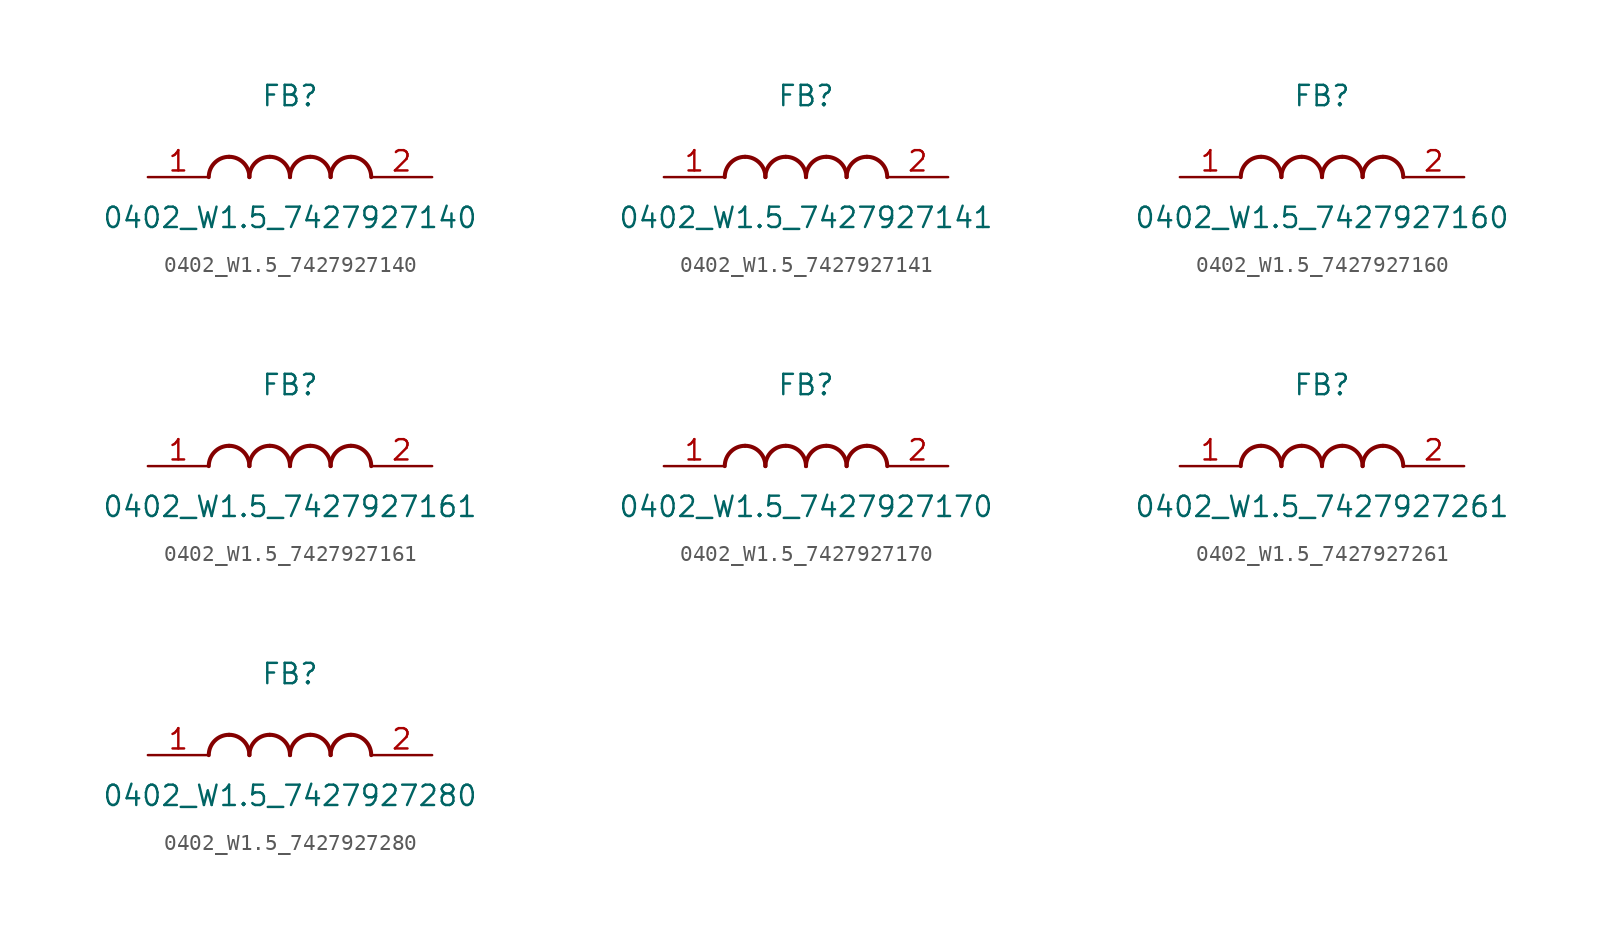
<source format=kicad_sym>
(kicad_symbol_lib
  (version 20211014)
  (generator kicad_symbol_editor)
  (symbol "Ferrite_Wurth_WE-CBF:0402_W1.5_7427927140"
    (pin_names hide)
    (property "Reference" "FB"
      (at 0 5.08 0)
      (effects (font (size 1.27 1.27))))
    (property "Value" "0402_W1.5_7427927140"
      (at 0 -2.54 0)
      (effects (font (size 1.27 1.27))))
    (symbol "0402_W1.5_7427927140_0_1"
      (arc (start -3.81 1.27) (mid -4.708 0.898) (end -5.08 0) (stroke (width 0.254) (type default)) (fill (type none)))
      (arc (start -2.54 0) (mid -2.912 0.898) (end -3.81 1.27) (stroke (width 0.254) (type default)) (fill (type none)))
      (arc (start -1.2699 1.2701) (mid -2.1679 0.8981) (end -2.5399 0.0001) (stroke (width 0.254) (type default)) (fill (type none)))
      (arc (start 0.0001 0.0001) (mid -0.3719 0.8981) (end -1.2699 1.2701) (stroke (width 0.254) (type default)) (fill (type none)))
      (arc (start 1.2701 1.2701) (mid 0.3721 0.8981) (end 0.0001 0.0001) (stroke (width 0.254) (type default)) (fill (type none)))
      (arc (start 2.5401 0.0001) (mid 2.1681 0.8981) (end 1.2701 1.2701) (stroke (width 0.254) (type default)) (fill (type none)))
      (arc (start 3.8101 1.2701) (mid 2.9121 0.8981) (end 2.5401 0.0001) (stroke (width 0.254) (type default)) (fill (type none)))
      (arc (start 5.0801 0.0001) (mid 4.7081 0.8981) (end 3.8101 1.2701) (stroke (width 0.254) (type default)) (fill (type none))))
    (symbol "0402_W1.5_7427927140_1_1"
      (pin passive line (at -8.89 0 0) (length 3.81) (name "1" (effects (font (size 1.27 1.27)))) (number "1" (effects (font (size 1.27 1.27)))))
      (pin passive line (at 8.89 0 180) (length 3.81) (name "2" (effects (font (size 1.27 1.27)))) (number "2" (effects (font (size 1.27 1.27)))))))
  (symbol "Ferrite_Wurth_WE-CBF:0402_W1.5_7427927141"
    (pin_names hide)
    (property "Reference" "FB"
      (at 0 5.08 0)
      (effects (font (size 1.27 1.27))))
    (property "Value" "0402_W1.5_7427927141"
      (at 0 -2.54 0)
      (effects (font (size 1.27 1.27))))
    (symbol "0402_W1.5_7427927141_0_1"
      (arc (start -3.81 1.27) (mid -4.708 0.898) (end -5.08 0) (stroke (width 0.254) (type default)) (fill (type none)))
      (arc (start -2.54 0) (mid -2.912 0.898) (end -3.81 1.27) (stroke (width 0.254) (type default)) (fill (type none)))
      (arc (start -1.2699 1.2701) (mid -2.1679 0.8981) (end -2.5399 0.0001) (stroke (width 0.254) (type default)) (fill (type none)))
      (arc (start 0.0001 0.0001) (mid -0.3719 0.8981) (end -1.2699 1.2701) (stroke (width 0.254) (type default)) (fill (type none)))
      (arc (start 1.2701 1.2701) (mid 0.3721 0.8981) (end 0.0001 0.0001) (stroke (width 0.254) (type default)) (fill (type none)))
      (arc (start 2.5401 0.0001) (mid 2.1681 0.8981) (end 1.2701 1.2701) (stroke (width 0.254) (type default)) (fill (type none)))
      (arc (start 3.8101 1.2701) (mid 2.9121 0.8981) (end 2.5401 0.0001) (stroke (width 0.254) (type default)) (fill (type none)))
      (arc (start 5.0801 0.0001) (mid 4.7081 0.8981) (end 3.8101 1.2701) (stroke (width 0.254) (type default)) (fill (type none))))
    (symbol "0402_W1.5_7427927141_1_1"
      (pin passive line (at -8.89 0 0) (length 3.81) (name "1" (effects (font (size 1.27 1.27)))) (number "1" (effects (font (size 1.27 1.27)))))
      (pin passive line (at 8.89 0 180) (length 3.81) (name "2" (effects (font (size 1.27 1.27)))) (number "2" (effects (font (size 1.27 1.27)))))))
  (symbol "Ferrite_Wurth_WE-CBF:0402_W1.5_7427927160"
    (pin_names hide)
    (property "Reference" "FB"
      (at 0 5.08 0)
      (effects (font (size 1.27 1.27))))
    (property "Value" "0402_W1.5_7427927160"
      (at 0 -2.54 0)
      (effects (font (size 1.27 1.27))))
    (symbol "0402_W1.5_7427927160_0_1"
      (arc (start -3.81 1.27) (mid -4.708 0.898) (end -5.08 0) (stroke (width 0.254) (type default)) (fill (type none)))
      (arc (start -2.54 0) (mid -2.912 0.898) (end -3.81 1.27) (stroke (width 0.254) (type default)) (fill (type none)))
      (arc (start -1.2699 1.2701) (mid -2.1679 0.8981) (end -2.5399 0.0001) (stroke (width 0.254) (type default)) (fill (type none)))
      (arc (start 0.0001 0.0001) (mid -0.3719 0.8981) (end -1.2699 1.2701) (stroke (width 0.254) (type default)) (fill (type none)))
      (arc (start 1.2701 1.2701) (mid 0.3721 0.8981) (end 0.0001 0.0001) (stroke (width 0.254) (type default)) (fill (type none)))
      (arc (start 2.5401 0.0001) (mid 2.1681 0.8981) (end 1.2701 1.2701) (stroke (width 0.254) (type default)) (fill (type none)))
      (arc (start 3.8101 1.2701) (mid 2.9121 0.8981) (end 2.5401 0.0001) (stroke (width 0.254) (type default)) (fill (type none)))
      (arc (start 5.0801 0.0001) (mid 4.7081 0.8981) (end 3.8101 1.2701) (stroke (width 0.254) (type default)) (fill (type none))))
    (symbol "0402_W1.5_7427927160_1_1"
      (pin passive line (at -8.89 0 0) (length 3.81) (name "1" (effects (font (size 1.27 1.27)))) (number "1" (effects (font (size 1.27 1.27)))))
      (pin passive line (at 8.89 0 180) (length 3.81) (name "2" (effects (font (size 1.27 1.27)))) (number "2" (effects (font (size 1.27 1.27)))))))
  (symbol "Ferrite_Wurth_WE-CBF:0402_W1.5_7427927161"
    (pin_names hide)
    (property "Reference" "FB"
      (at 0 5.08 0)
      (effects (font (size 1.27 1.27))))
    (property "Value" "0402_W1.5_7427927161"
      (at 0 -2.54 0)
      (effects (font (size 1.27 1.27))))
    (symbol "0402_W1.5_7427927161_0_1"
      (arc (start -3.81 1.27) (mid -4.708 0.898) (end -5.08 0) (stroke (width 0.254) (type default)) (fill (type none)))
      (arc (start -2.54 0) (mid -2.912 0.898) (end -3.81 1.27) (stroke (width 0.254) (type default)) (fill (type none)))
      (arc (start -1.2699 1.2701) (mid -2.1679 0.8981) (end -2.5399 0.0001) (stroke (width 0.254) (type default)) (fill (type none)))
      (arc (start 0.0001 0.0001) (mid -0.3719 0.8981) (end -1.2699 1.2701) (stroke (width 0.254) (type default)) (fill (type none)))
      (arc (start 1.2701 1.2701) (mid 0.3721 0.8981) (end 0.0001 0.0001) (stroke (width 0.254) (type default)) (fill (type none)))
      (arc (start 2.5401 0.0001) (mid 2.1681 0.8981) (end 1.2701 1.2701) (stroke (width 0.254) (type default)) (fill (type none)))
      (arc (start 3.8101 1.2701) (mid 2.9121 0.8981) (end 2.5401 0.0001) (stroke (width 0.254) (type default)) (fill (type none)))
      (arc (start 5.0801 0.0001) (mid 4.7081 0.8981) (end 3.8101 1.2701) (stroke (width 0.254) (type default)) (fill (type none))))
    (symbol "0402_W1.5_7427927161_1_1"
      (pin passive line (at -8.89 0 0) (length 3.81) (name "1" (effects (font (size 1.27 1.27)))) (number "1" (effects (font (size 1.27 1.27)))))
      (pin passive line (at 8.89 0 180) (length 3.81) (name "2" (effects (font (size 1.27 1.27)))) (number "2" (effects (font (size 1.27 1.27)))))))
  (symbol "Ferrite_Wurth_WE-CBF:0402_W1.5_7427927170"
    (pin_names hide)
    (property "Reference" "FB"
      (at 0 5.08 0)
      (effects (font (size 1.27 1.27))))
    (property "Value" "0402_W1.5_7427927170"
      (at 0 -2.54 0)
      (effects (font (size 1.27 1.27))))
    (symbol "0402_W1.5_7427927170_0_1"
      (arc (start -3.81 1.27) (mid -4.708 0.898) (end -5.08 0) (stroke (width 0.254) (type default)) (fill (type none)))
      (arc (start -2.54 0) (mid -2.912 0.898) (end -3.81 1.27) (stroke (width 0.254) (type default)) (fill (type none)))
      (arc (start -1.2699 1.2701) (mid -2.1679 0.8981) (end -2.5399 0.0001) (stroke (width 0.254) (type default)) (fill (type none)))
      (arc (start 0.0001 0.0001) (mid -0.3719 0.8981) (end -1.2699 1.2701) (stroke (width 0.254) (type default)) (fill (type none)))
      (arc (start 1.2701 1.2701) (mid 0.3721 0.8981) (end 0.0001 0.0001) (stroke (width 0.254) (type default)) (fill (type none)))
      (arc (start 2.5401 0.0001) (mid 2.1681 0.8981) (end 1.2701 1.2701) (stroke (width 0.254) (type default)) (fill (type none)))
      (arc (start 3.8101 1.2701) (mid 2.9121 0.8981) (end 2.5401 0.0001) (stroke (width 0.254) (type default)) (fill (type none)))
      (arc (start 5.0801 0.0001) (mid 4.7081 0.8981) (end 3.8101 1.2701) (stroke (width 0.254) (type default)) (fill (type none))))
    (symbol "0402_W1.5_7427927170_1_1"
      (pin passive line (at -8.89 0 0) (length 3.81) (name "1" (effects (font (size 1.27 1.27)))) (number "1" (effects (font (size 1.27 1.27)))))
      (pin passive line (at 8.89 0 180) (length 3.81) (name "2" (effects (font (size 1.27 1.27)))) (number "2" (effects (font (size 1.27 1.27)))))))
  (symbol "Ferrite_Wurth_WE-CBF:0402_W1.5_7427927261"
    (pin_names hide)
    (property "Reference" "FB"
      (at 0 5.08 0)
      (effects (font (size 1.27 1.27))))
    (property "Value" "0402_W1.5_7427927261"
      (at 0 -2.54 0)
      (effects (font (size 1.27 1.27))))
    (symbol "0402_W1.5_7427927261_0_1"
      (arc (start -3.81 1.27) (mid -4.708 0.898) (end -5.08 0) (stroke (width 0.254) (type default)) (fill (type none)))
      (arc (start -2.54 0) (mid -2.912 0.898) (end -3.81 1.27) (stroke (width 0.254) (type default)) (fill (type none)))
      (arc (start -1.2699 1.2701) (mid -2.1679 0.8981) (end -2.5399 0.0001) (stroke (width 0.254) (type default)) (fill (type none)))
      (arc (start 0.0001 0.0001) (mid -0.3719 0.8981) (end -1.2699 1.2701) (stroke (width 0.254) (type default)) (fill (type none)))
      (arc (start 1.2701 1.2701) (mid 0.3721 0.8981) (end 0.0001 0.0001) (stroke (width 0.254) (type default)) (fill (type none)))
      (arc (start 2.5401 0.0001) (mid 2.1681 0.8981) (end 1.2701 1.2701) (stroke (width 0.254) (type default)) (fill (type none)))
      (arc (start 3.8101 1.2701) (mid 2.9121 0.8981) (end 2.5401 0.0001) (stroke (width 0.254) (type default)) (fill (type none)))
      (arc (start 5.0801 0.0001) (mid 4.7081 0.8981) (end 3.8101 1.2701) (stroke (width 0.254) (type default)) (fill (type none))))
    (symbol "0402_W1.5_7427927261_1_1"
      (pin passive line (at -8.89 0 0) (length 3.81) (name "1" (effects (font (size 1.27 1.27)))) (number "1" (effects (font (size 1.27 1.27)))))
      (pin passive line (at 8.89 0 180) (length 3.81) (name "2" (effects (font (size 1.27 1.27)))) (number "2" (effects (font (size 1.27 1.27)))))))
  (symbol "Ferrite_Wurth_WE-CBF:0402_W1.5_7427927280"
    (pin_names hide)
    (property "Reference" "FB"
      (at 0 5.08 0)
      (effects (font (size 1.27 1.27))))
    (property "Value" "0402_W1.5_7427927280"
      (at 0 -2.54 0)
      (effects (font (size 1.27 1.27))))
    (symbol "0402_W1.5_7427927280_0_1"
      (arc (start -3.81 1.27) (mid -4.708 0.898) (end -5.08 0) (stroke (width 0.254) (type default)) (fill (type none)))
      (arc (start -2.54 0) (mid -2.912 0.898) (end -3.81 1.27) (stroke (width 0.254) (type default)) (fill (type none)))
      (arc (start -1.2699 1.2701) (mid -2.1679 0.8981) (end -2.5399 0.0001) (stroke (width 0.254) (type default)) (fill (type none)))
      (arc (start 0.0001 0.0001) (mid -0.3719 0.8981) (end -1.2699 1.2701) (stroke (width 0.254) (type default)) (fill (type none)))
      (arc (start 1.2701 1.2701) (mid 0.3721 0.8981) (end 0.0001 0.0001) (stroke (width 0.254) (type default)) (fill (type none)))
      (arc (start 2.5401 0.0001) (mid 2.1681 0.8981) (end 1.2701 1.2701) (stroke (width 0.254) (type default)) (fill (type none)))
      (arc (start 3.8101 1.2701) (mid 2.9121 0.8981) (end 2.5401 0.0001) (stroke (width 0.254) (type default)) (fill (type none)))
      (arc (start 5.0801 0.0001) (mid 4.7081 0.8981) (end 3.8101 1.2701) (stroke (width 0.254) (type default)) (fill (type none))))
    (symbol "0402_W1.5_7427927280_1_1"
      (pin passive line (at -8.89 0 0) (length 3.81) (name "1" (effects (font (size 1.27 1.27)))) (number "1" (effects (font (size 1.27 1.27)))))
      (pin passive line (at 8.89 0 180) (length 3.81) (name "2" (effects (font (size 1.27 1.27)))) (number "2" (effects (font (size 1.27 1.27))))))))
</source>
